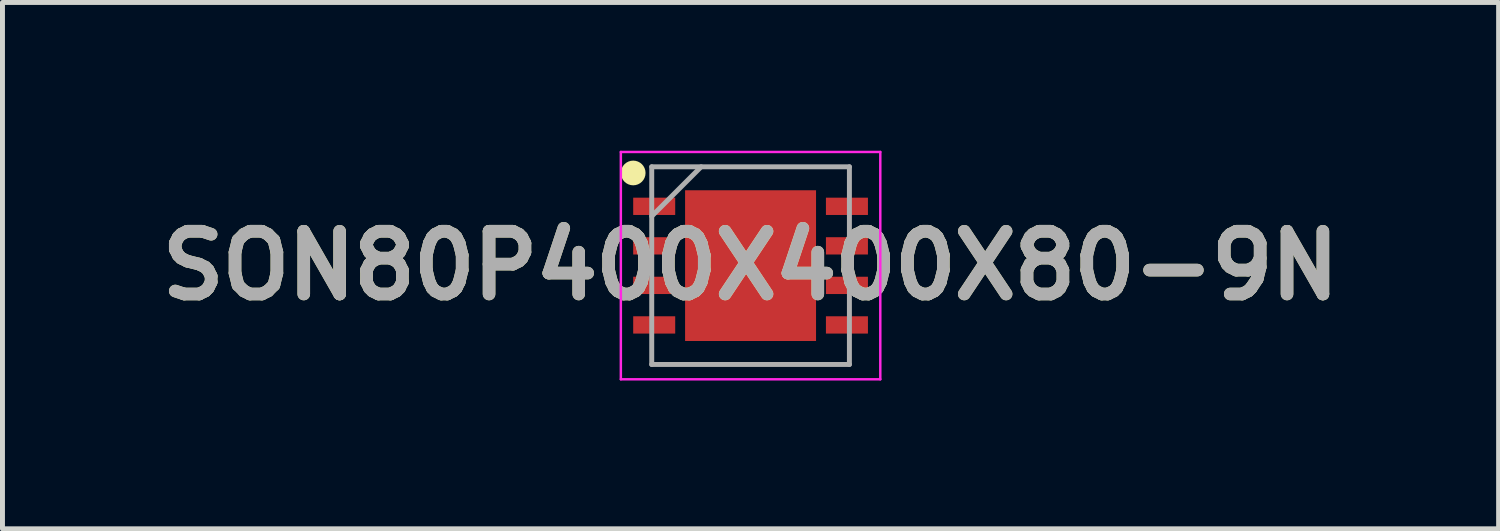
<source format=kicad_pcb>
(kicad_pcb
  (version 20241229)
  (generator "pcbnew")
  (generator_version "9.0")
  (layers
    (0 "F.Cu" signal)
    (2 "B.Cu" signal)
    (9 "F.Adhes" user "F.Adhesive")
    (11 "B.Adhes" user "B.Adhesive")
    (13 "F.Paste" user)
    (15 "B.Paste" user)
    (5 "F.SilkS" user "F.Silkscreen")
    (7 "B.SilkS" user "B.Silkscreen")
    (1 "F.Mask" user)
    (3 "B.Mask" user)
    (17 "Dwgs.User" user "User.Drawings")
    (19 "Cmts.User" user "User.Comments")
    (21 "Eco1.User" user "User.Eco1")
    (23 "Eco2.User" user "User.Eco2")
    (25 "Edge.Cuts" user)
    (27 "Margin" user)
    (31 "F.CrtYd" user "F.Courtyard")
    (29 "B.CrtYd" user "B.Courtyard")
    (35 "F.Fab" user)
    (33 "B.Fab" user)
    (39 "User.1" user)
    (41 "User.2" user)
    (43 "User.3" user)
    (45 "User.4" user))
  (footprint "SON80P400X400X80-9N"
    (layer "F.Cu")
    (at 12.138 2.325)
    (property "Reference" "SON80P400X400X80-9N" (at 0 0 0) (layer "F.SilkS") (effects (font (size 1.27 1.27) (thickness 0.254))))
    (attr smd)
    (fp_circle (center -2.375 -1.875) (end -2.375 -1.75) (stroke (width 0.25) (type solid)) (fill no) (layer "F.SilkS"))
    (fp_line (start -2.625 -2.3) (end 2.625 -2.3) (stroke (width 0.05) (type solid)) (layer "F.CrtYd"))
    (fp_line (start -2.625 2.3) (end -2.625 -2.3) (stroke (width 0.05) (type solid)) (layer "F.CrtYd"))
    (fp_line (start 2.625 -2.3) (end 2.625 2.3) (stroke (width 0.05) (type solid)) (layer "F.CrtYd"))
    (fp_line (start 2.625 2.3) (end -2.625 2.3) (stroke (width 0.05) (type solid)) (layer "F.CrtYd"))
    (fp_line (start -2 -2) (end 2 -2) (stroke (width 0.1) (type solid)) (layer "F.Fab"))
    (fp_line (start -2 -1) (end -1 -2) (stroke (width 0.1) (type solid)) (layer "F.Fab"))
    (fp_line (start -2 2) (end -2 -2) (stroke (width 0.1) (type solid)) (layer "F.Fab"))
    (fp_line (start 2 -2) (end 2 2) (stroke (width 0.1) (type solid)) (layer "F.Fab"))
    (fp_line (start 2 2) (end -2 2) (stroke (width 0.1) (type solid)) (layer "F.Fab"))
    (fp_text user "${REFERENCE}" (at 0 0 0) (layer "F.Fab") (effects (font (size 1.27 1.27) (thickness 0.254))))
    (pad "1" smd rect (at -1.95 -1.2 90) (size 0.35 0.85) (layers "F.Cu" "F.Mask" "F.Paste"))
    (pad "2" smd rect (at -1.95 -0.4 90) (size 0.35 0.85) (layers "F.Cu" "F.Mask" "F.Paste"))
    (pad "3" smd rect (at -1.95 0.4 90) (size 0.35 0.85) (layers "F.Cu" "F.Mask" "F.Paste"))
    (pad "4" smd rect (at -1.95 1.2 90) (size 0.35 0.85) (layers "F.Cu" "F.Mask" "F.Paste"))
    (pad "5" smd rect (at 1.95 1.2 90) (size 0.35 0.85) (layers "F.Cu" "F.Mask" "F.Paste"))
    (pad "6" smd rect (at 1.95 0.4 90) (size 0.35 0.85) (layers "F.Cu" "F.Mask" "F.Paste"))
    (pad "7" smd rect (at 1.95 -0.4 90) (size 0.35 0.85) (layers "F.Cu" "F.Mask" "F.Paste"))
    (pad "8" smd rect (at 1.95 -1.2 90) (size 0.35 0.85) (layers "F.Cu" "F.Mask" "F.Paste"))
    (pad "9" smd rect (at 0 0) (size 2.65 3.05) (layers "F.Cu" "F.Mask" "F.Paste")))
  (gr_rect
    (start -3 -3)
    (end 27.275 7.65)
    (stroke (width 0.1) (type default))
    (fill no)
    (layer "Edge.Cuts")))
</source>
